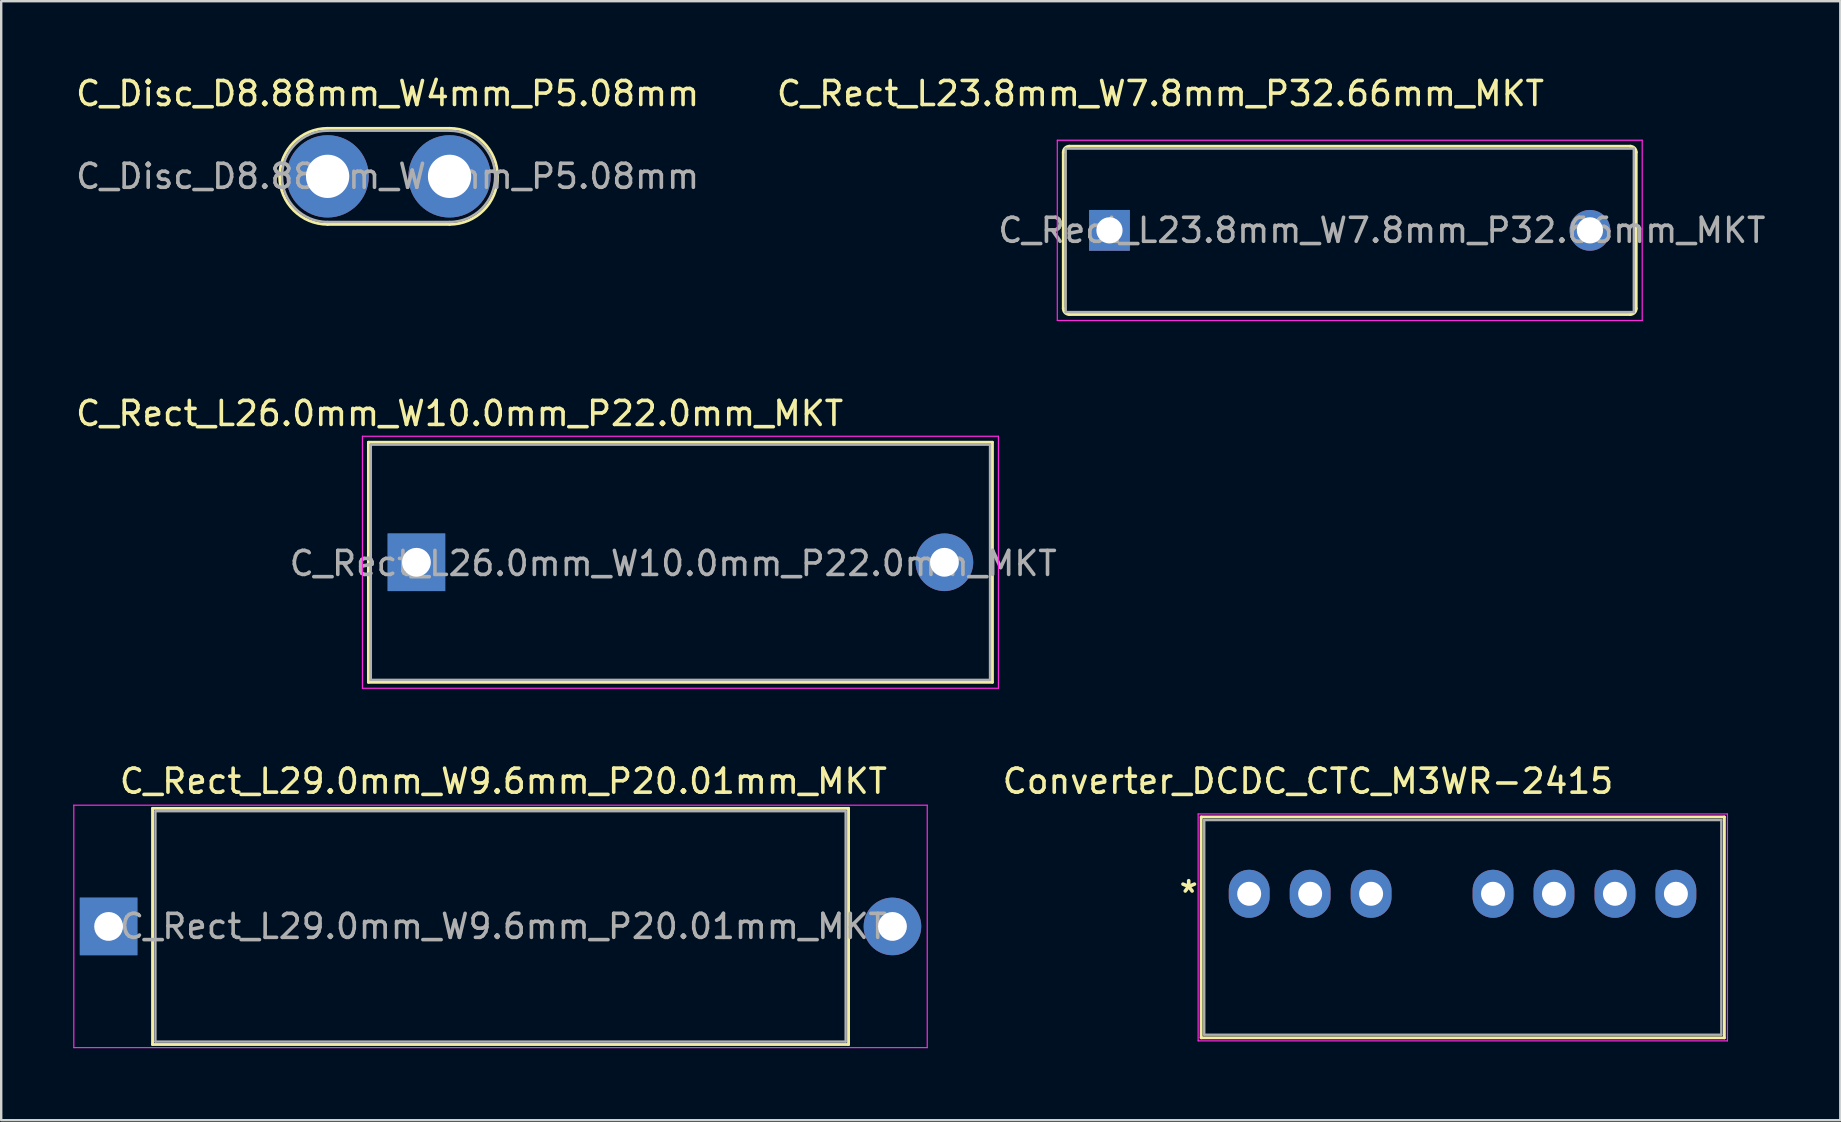
<source format=kicad_pcb>
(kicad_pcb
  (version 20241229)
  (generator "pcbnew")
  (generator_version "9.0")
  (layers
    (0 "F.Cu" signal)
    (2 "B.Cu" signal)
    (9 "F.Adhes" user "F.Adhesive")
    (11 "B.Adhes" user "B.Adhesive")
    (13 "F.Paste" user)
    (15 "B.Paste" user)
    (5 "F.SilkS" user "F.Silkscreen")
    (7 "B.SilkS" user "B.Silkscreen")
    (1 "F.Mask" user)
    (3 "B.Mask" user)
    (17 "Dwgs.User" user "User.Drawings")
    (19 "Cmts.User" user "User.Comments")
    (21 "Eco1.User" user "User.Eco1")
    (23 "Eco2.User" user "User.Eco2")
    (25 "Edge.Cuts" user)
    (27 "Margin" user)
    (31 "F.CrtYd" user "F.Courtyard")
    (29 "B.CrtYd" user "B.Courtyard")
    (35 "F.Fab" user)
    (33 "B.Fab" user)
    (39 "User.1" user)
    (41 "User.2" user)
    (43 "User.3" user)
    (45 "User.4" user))
  (footprint "C_Rect_L23.8mm_W7.8mm_P32.66mm_MKT"
    (layer "F.Cu")
    (at 43.178 6.548)
    (property "Reference" "C_Rect_L23.8mm_W7.8mm_P32.66mm_MKT" (at 2.125 -5.7 0) (layer "F.SilkS") (effects (font (size 1 1) (thickness 0.15))))
    (attr through_hole)
    (fp_line (start -1.924 -3.255) (end -1.924 3.256) (stroke (width 0.12) (type solid)) (layer "F.SilkS"))
    (fp_line (start -1.674 -3.505) (end 21.697 -3.505) (stroke (width 0.12) (type solid)) (layer "F.SilkS"))
    (fp_line (start -1.674 3.506) (end 21.697 3.506) (stroke (width 0.12) (type solid)) (layer "F.SilkS"))
    (fp_line (start 21.947 -3.255) (end 21.947 3.256) (stroke (width 0.12) (type solid)) (layer "F.SilkS"))
    (fp_arc (start -1.924 -3.255) (mid -1.850777 -3.431777) (end -1.674 -3.505) (stroke (width 0.12) (type default)) (layer "F.SilkS"))
    (fp_arc (start -1.674 3.506) (mid -1.850777 3.432777) (end -1.924 3.256) (stroke (width 0.12) (type default)) (layer "F.SilkS"))
    (fp_arc (start 21.6974 -3.505) (mid 21.874177 -3.431777) (end 21.9474 -3.255) (stroke (width 0.12) (type default)) (layer "F.SilkS"))
    (fp_arc (start 21.9474 3.256) (mid 21.874177 3.432777) (end 21.6974 3.506) (stroke (width 0.12) (type default)) (layer "F.SilkS"))
    (fp_line (start -2.174 -3.755) (end -2.174 3.756) (stroke (width 0.05) (type solid)) (layer "F.CrtYd"))
    (fp_line (start -2.174 3.756) (end 22.197 3.756) (stroke (width 0.05) (type solid)) (layer "F.CrtYd"))
    (fp_line (start 22.197 -3.755) (end -2.174 -3.755) (stroke (width 0.05) (type solid)) (layer "F.CrtYd"))
    (fp_line (start 22.197 3.756) (end 22.197 -3.755) (stroke (width 0.05) (type solid)) (layer "F.CrtYd"))
    (fp_line (start -1.824 -3.405) (end -1.824 3.406) (stroke (width 0.1) (type solid)) (layer "F.Fab"))
    (fp_line (start -1.824 3.406) (end 21.847 3.406) (stroke (width 0.1) (type solid)) (layer "F.Fab"))
    (fp_line (start 21.847 -3.405) (end -1.824 -3.405) (stroke (width 0.1) (type solid)) (layer "F.Fab"))
    (fp_line (start 21.847 3.406) (end 21.847 -3.405) (stroke (width 0.1) (type solid)) (layer "F.Fab"))
    (fp_text user "${REFERENCE}" (at 11.35 0 0) (layer "F.Fab") (effects (font (size 1 1) (thickness 0.15))))
    (pad "1" thru_hole rect (at 0 0) (size 1.699 1.699) (drill 1.092) (layers "*.Cu" "*.Mask"))
    (pad "2" thru_hole circle (at 20.019 0) (size 1.699 1.699) (drill 1.092) (layers "*.Cu" "*.Mask")))
  (footprint "Converter_DCDC_CTC_M3WR-2415"
    (layer "F.Cu")
    (at 48.999 34.191)
    (property "Reference" "Converter_DCDC_CTC_M3WR-2415" (at 2.45 -4.69 0) (unlocked yes) (layer "F.SilkS") (effects (font (size 1 1) (thickness 0.15))))
    (attr through_hole)
    (fp_line (start -2 -3.2) (end -2 6.002) (stroke (width 0.12) (type solid)) (layer "F.SilkS"))
    (fp_line (start -2 6.002) (end 19.8 6.002) (stroke (width 0.12) (type solid)) (layer "F.SilkS"))
    (fp_line (start 19.8 -3.2) (end -2 -3.2) (stroke (width 0.12) (type solid)) (layer "F.SilkS"))
    (fp_line (start 19.8 6.002) (end 19.8 -3.2) (stroke (width 0.12) (type solid)) (layer "F.SilkS"))
    (fp_line (start -2.127 -3.327) (end 19.927 -3.327) (stroke (width 0.05) (type solid)) (layer "F.CrtYd"))
    (fp_line (start -2.127 6.127) (end -2.127 -3.327) (stroke (width 0.05) (type solid)) (layer "F.CrtYd"))
    (fp_line (start 19.927 -3.327) (end 19.927 6.127) (stroke (width 0.05) (type solid)) (layer "F.CrtYd"))
    (fp_line (start 19.927 6.127) (end -2.127 6.127) (stroke (width 0.05) (type solid)) (layer "F.CrtYd"))
    (fp_line (start -1.873 -3.073) (end -1.873 5.873) (stroke (width 0.1) (type solid)) (layer "F.Fab"))
    (fp_line (start -1.873 5.873) (end 19.673 5.873) (stroke (width 0.1) (type solid)) (layer "F.Fab"))
    (fp_line (start 19.673 -3.073) (end -1.873 -3.073) (stroke (width 0.1) (type solid)) (layer "F.Fab"))
    (fp_line (start 19.673 5.873) (end 19.673 -3.073) (stroke (width 0.1) (type solid)) (layer "F.Fab"))
    (fp_text user "*" (at -2.52 0 0) (layer "F.SilkS") (effects (font (size 1 1) (thickness 0.15))))
    (pad "1" thru_hole oval (at 0 0) (size 1.7 2) (drill 1) (layers "*.Cu" "*.Mask"))
    (pad "2" thru_hole oval (at 2.54 0) (size 1.7 2) (drill 1) (layers "*.Cu" "*.Mask"))
    (pad "3" thru_hole oval (at 5.08 0) (size 1.7 2) (drill 1) (layers "*.Cu" "*.Mask"))
    (pad "5" thru_hole oval (at 10.16 0) (size 1.7 2) (drill 1) (layers "*.Cu" "*.Mask"))
    (pad "6" thru_hole oval (at 12.7 0) (size 1.7 2) (drill 1) (layers "*.Cu" "*.Mask"))
    (pad "7" thru_hole oval (at 15.24 0) (size 1.7 2) (drill 1) (layers "*.Cu" "*.Mask"))
    (pad "8" thru_hole oval (at 17.78 0) (size 1.7 2) (drill 1) (layers "*.Cu" "*.Mask")))
  (footprint "C_Rect_L26.0mm_W10.0mm_P22.0mm_MKT"
    (layer "F.Cu")
    (at 14.301 20.378)
    (property "Reference" "C_Rect_L26.0mm_W10.0mm_P22.0mm_MKT" (at 1.8 -6.2 0) (layer "F.SilkS") (effects (font (size 1 1) (thickness 0.15))))
    (attr through_hole)
    (fp_line (start -2 -5) (end -2 5) (stroke (width 0.12) (type solid)) (layer "F.SilkS"))
    (fp_line (start -2 -5) (end 24 -5) (stroke (width 0.12) (type solid)) (layer "F.SilkS"))
    (fp_line (start -2 5) (end 24 5) (stroke (width 0.12) (type solid)) (layer "F.SilkS"))
    (fp_line (start 24 -5) (end 24 5) (stroke (width 0.12) (type solid)) (layer "F.SilkS"))
    (fp_line (start -2.25 -5.25) (end -2.25 5.25) (stroke (width 0.05) (type solid)) (layer "F.CrtYd"))
    (fp_line (start -2.25 5.25) (end 24.25 5.25) (stroke (width 0.05) (type solid)) (layer "F.CrtYd"))
    (fp_line (start 24.25 -5.25) (end -2.25 -5.25) (stroke (width 0.05) (type solid)) (layer "F.CrtYd"))
    (fp_line (start 24.25 5.25) (end 24.25 -5.25) (stroke (width 0.05) (type solid)) (layer "F.CrtYd"))
    (fp_line (start -1.9 -4.9) (end -1.9 4.9) (stroke (width 0.1) (type solid)) (layer "F.Fab"))
    (fp_line (start -1.9 4.9) (end 23.9 4.9) (stroke (width 0.1) (type solid)) (layer "F.Fab"))
    (fp_line (start 23.9 -4.9) (end -1.9 -4.9) (stroke (width 0.1) (type solid)) (layer "F.Fab"))
    (fp_line (start 23.9 4.9) (end 23.9 -4.9) (stroke (width 0.1) (type solid)) (layer "F.Fab"))
    (fp_text user "${REFERENCE}" (at 10.7 0.05 0) (layer "F.Fab") (effects (font (size 1 1) (thickness 0.15))))
    (pad "1" thru_hole rect (at 0 0) (size 2.4 2.4) (drill 1.2) (layers "*.Cu" "*.Mask"))
    (pad "2" thru_hole circle (at 22 0) (size 2.4 2.4) (drill 1.2) (layers "*.Cu" "*.Mask")))
  (footprint "C_Rect_L29.0mm_W9.6mm_P20.01mm_MKT"
    (layer "F.Cu")
    (at 1.475 35.551)
    (property "Reference" "C_Rect_L29.0mm_W9.6mm_P20.01mm_MKT" (at 16.451 -6.05 0) (layer "F.SilkS") (effects (font (size 1 1) (thickness 0.15))))
    (attr through_hole)
    (fp_line (start 1.831 -4.92) (end 1.831 4.92) (stroke (width 0.12) (type solid)) (layer "F.SilkS"))
    (fp_line (start 1.831 -4.92) (end 30.831 -4.92) (stroke (width 0.12) (type solid)) (layer "F.SilkS"))
    (fp_line (start 1.831 4.92) (end 30.831 4.92) (stroke (width 0.12) (type solid)) (layer "F.SilkS"))
    (fp_line (start 30.831 -4.92) (end 30.831 4.92) (stroke (width 0.12) (type solid)) (layer "F.SilkS"))
    (fp_line (start -1.45 -5.05) (end -1.45 5.05) (stroke (width 0.05) (type solid)) (layer "F.CrtYd"))
    (fp_line (start -1.45 5.05) (end 34.11 5.05) (stroke (width 0.05) (type solid)) (layer "F.CrtYd"))
    (fp_line (start 34.11 -5.05) (end -1.45 -5.05) (stroke (width 0.05) (type solid)) (layer "F.CrtYd"))
    (fp_line (start 34.11 5.05) (end 34.11 -5.05) (stroke (width 0.05) (type solid)) (layer "F.CrtYd"))
    (fp_line (start 1.951 -4.8) (end 1.951 4.8) (stroke (width 0.1) (type solid)) (layer "F.Fab"))
    (fp_line (start 1.951 4.8) (end 30.711 4.8) (stroke (width 0.1) (type solid)) (layer "F.Fab"))
    (fp_line (start 30.711 -4.8) (end 1.951 -4.8) (stroke (width 0.1) (type solid)) (layer "F.Fab"))
    (fp_line (start 30.711 4.8) (end 30.711 -4.8) (stroke (width 0.1) (type solid)) (layer "F.Fab"))
    (fp_text user "${REFERENCE}" (at 16.451 0 0) (layer "F.Fab") (effects (font (size 1 1) (thickness 0.15))))
    (pad "1" thru_hole rect (at 0 0) (size 2.4 2.4) (drill 1.2) (layers "*.Cu" "*.Mask"))
    (pad "2" thru_hole circle (at 32.66 0) (size 2.4 2.4) (drill 1.2) (layers "*.Cu" "*.Mask")))
  (footprint "C_Disc_D8.88mm_W4mm_P5.08mm"
    (layer "F.Cu")
    (at 10.601 4.298)
    (property "Reference" "C_Disc_D8.88mm_W4mm_P5.08mm" (at 2.5 -3.45 0) (layer "F.SilkS") (effects (font (size 1 1) (thickness 0.15))))
    (attr through_hole)
    (fp_line (start 0 -2) (end 5.08 -2) (stroke (width 0.12) (type default)) (layer "F.SilkS"))
    (fp_line (start 0 2) (end 5.08 2) (stroke (width 0.12) (type default)) (layer "F.SilkS"))
    (fp_arc (start 0 2) (mid -2 0) (end 0 -2) (stroke (width 0.12) (type default)) (layer "F.SilkS"))
    (fp_arc (start 5.08 -2) (mid 7.08 0) (end 5.08 2) (stroke (width 0.12) (type default)) (layer "F.SilkS"))
    (fp_line (start 0 -1.9) (end 5.08 -1.9) (stroke (width 0.1) (type default)) (layer "F.Fab"))
    (fp_line (start 0 1.9) (end 5.08 1.9) (stroke (width 0.1) (type default)) (layer "F.Fab"))
    (fp_arc (start 0 1.9) (mid -1.9 0) (end 0 -1.9) (stroke (width 0.1) (type default)) (layer "F.Fab"))
    (fp_arc (start 5.08 -1.9) (mid 6.98 0) (end 5.08 1.9) (stroke (width 0.1) (type default)) (layer "F.Fab"))
    (fp_text user "${REFERENCE}" (at 2.5 0 0) (layer "F.Fab") (effects (font (size 1 1) (thickness 0.15))))
    (pad "1" thru_hole circle (at 0 0) (size 3.429 3.429) (drill 1.803) (layers "*.Cu" "*.Mask"))
    (pad "2" thru_hole circle (at 5.08 0) (size 3.429 3.429) (drill 1.803) (layers "*.Cu" "*.Mask")))
  (gr_rect
    (start -3 -3)
    (end 73.629 43.626)
    (stroke (width 0.1) (type default))
    (fill no)
    (layer "Edge.Cuts")))
</source>
